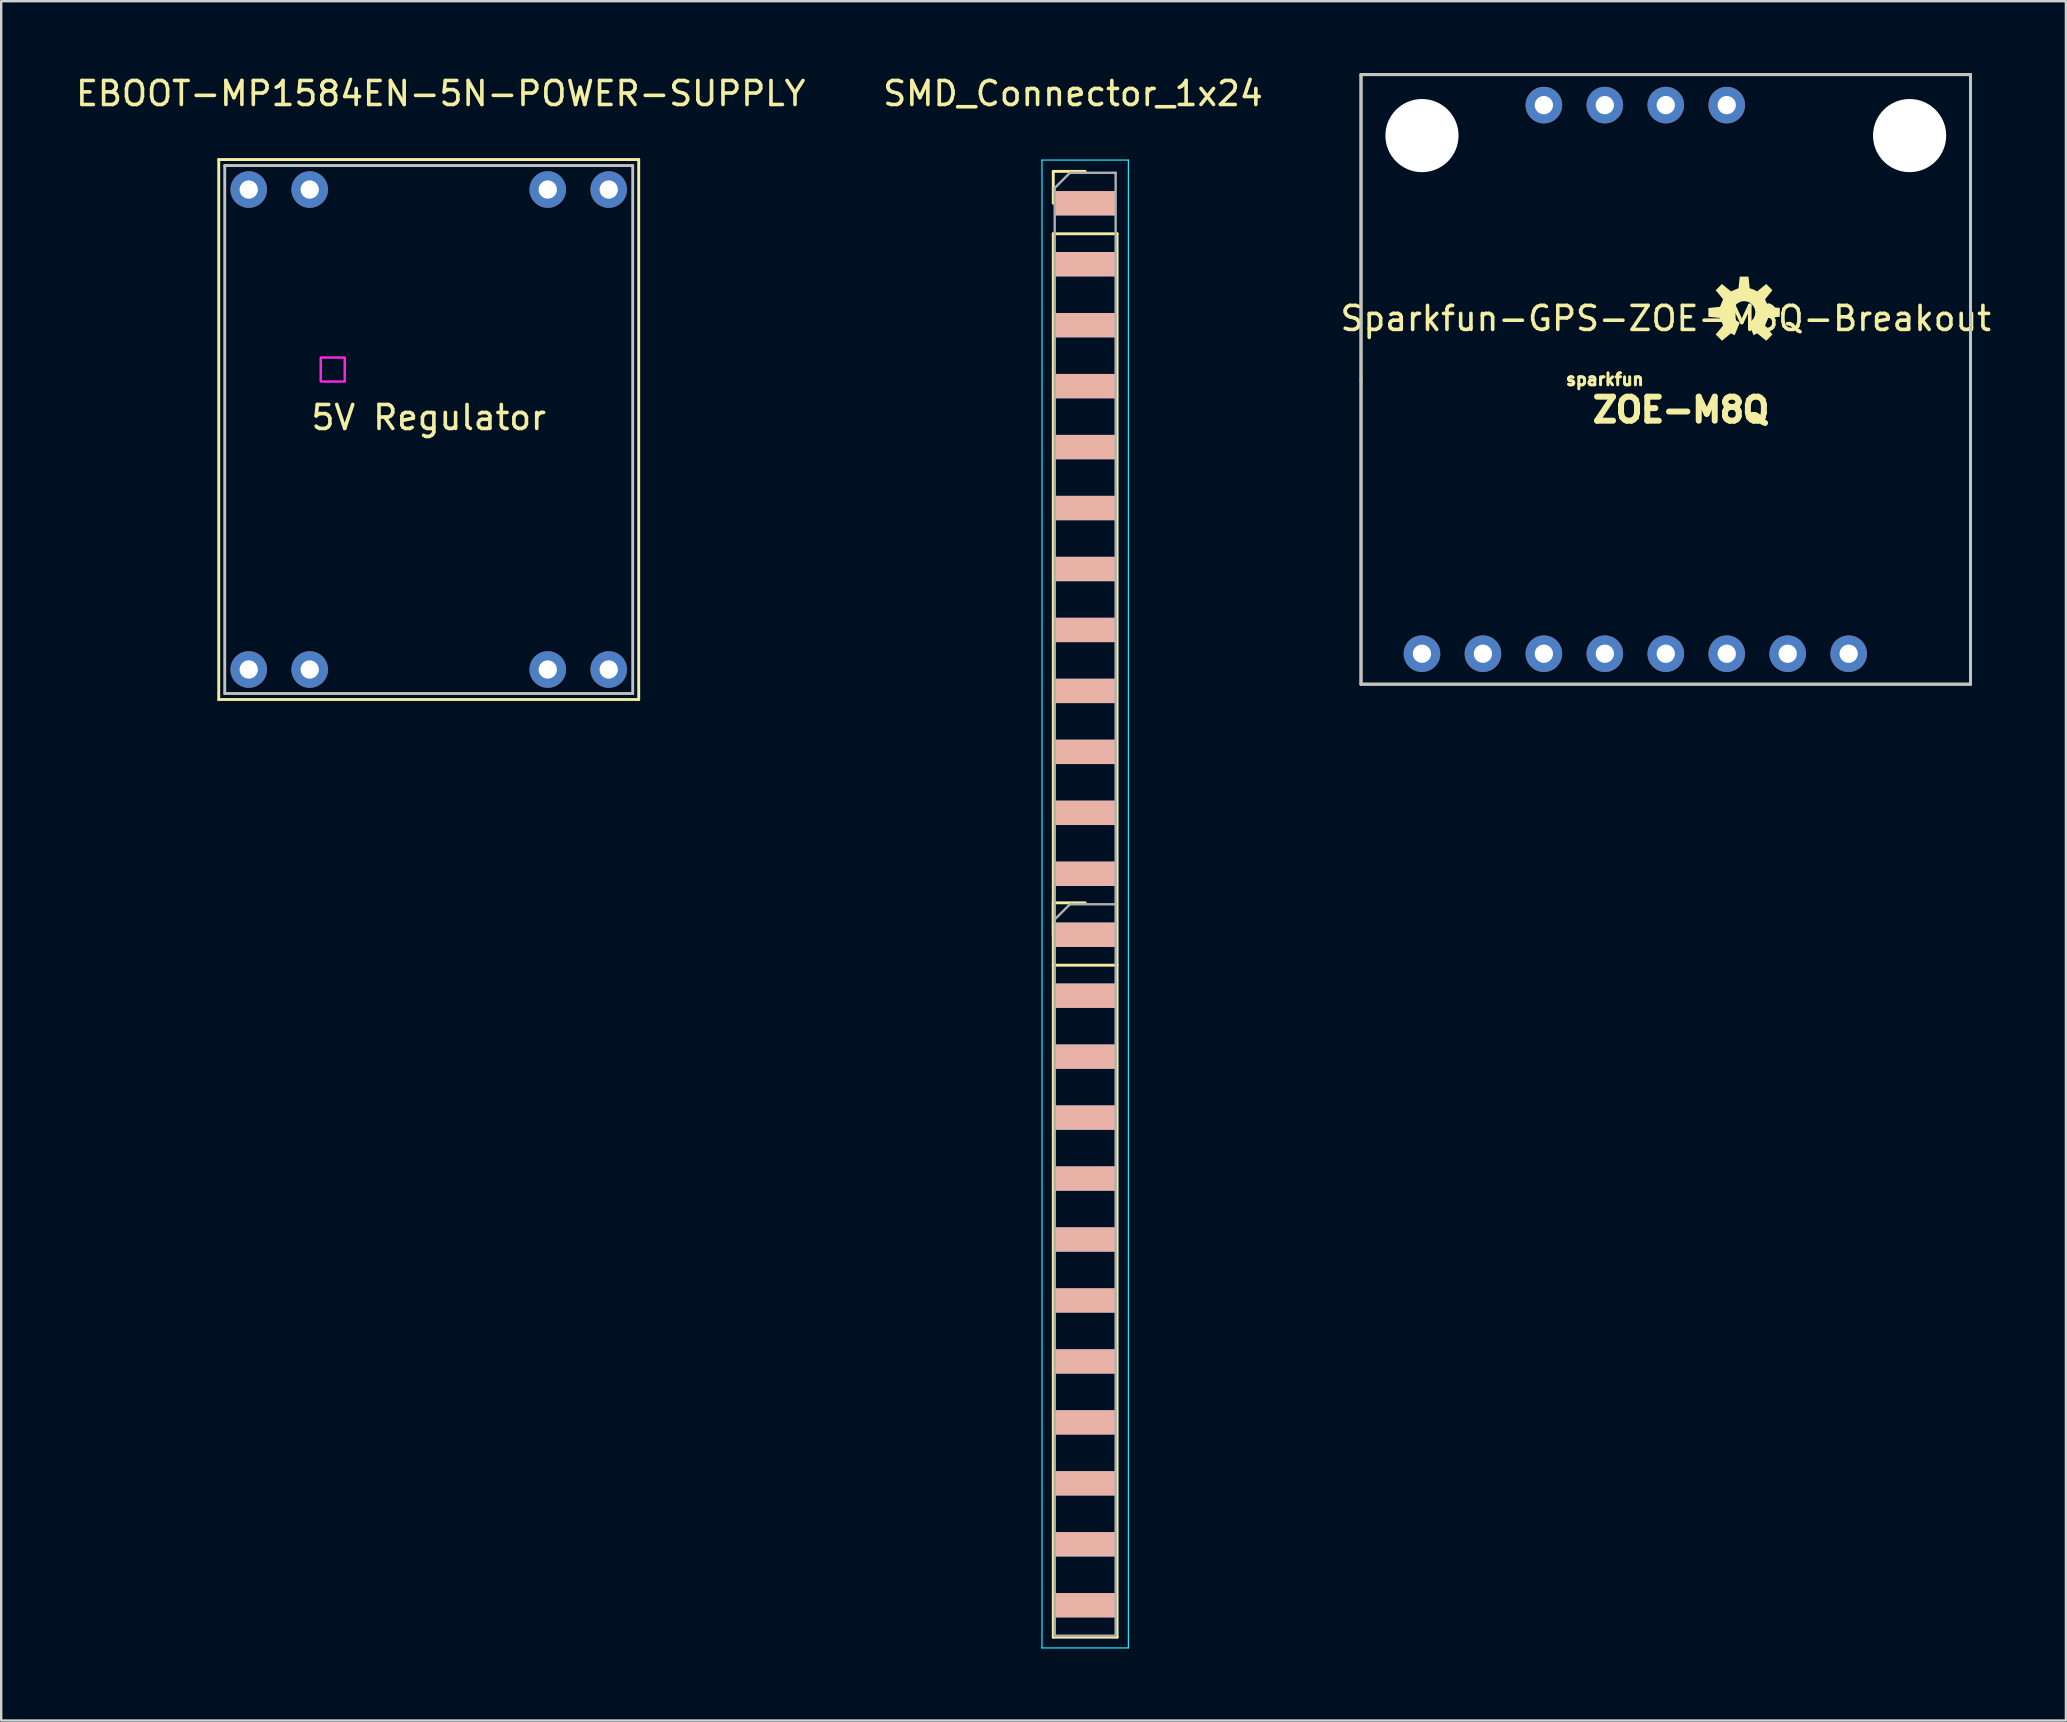
<source format=kicad_pcb>
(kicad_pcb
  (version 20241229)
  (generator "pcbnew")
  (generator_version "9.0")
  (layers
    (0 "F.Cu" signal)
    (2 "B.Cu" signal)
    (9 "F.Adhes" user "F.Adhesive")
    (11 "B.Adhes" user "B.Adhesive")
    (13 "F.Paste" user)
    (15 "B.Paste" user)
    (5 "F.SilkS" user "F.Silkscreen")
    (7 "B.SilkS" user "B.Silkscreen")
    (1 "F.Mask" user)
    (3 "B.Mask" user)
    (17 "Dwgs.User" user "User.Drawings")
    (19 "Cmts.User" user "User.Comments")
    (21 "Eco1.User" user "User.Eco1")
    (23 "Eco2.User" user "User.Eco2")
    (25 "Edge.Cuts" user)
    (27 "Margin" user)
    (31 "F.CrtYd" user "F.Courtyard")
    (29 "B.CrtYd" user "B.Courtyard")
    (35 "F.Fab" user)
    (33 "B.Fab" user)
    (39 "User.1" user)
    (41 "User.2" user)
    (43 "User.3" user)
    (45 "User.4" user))
  (footprint "Sparkfun-GPS-ZOE-M8Q-Breakout"
    (layer "F.Cu")
    (at 66.363 12.76)
    (property "Reference" "Sparkfun-GPS-ZOE-M8Q-Breakout" (at 0 -2.54 0) (layer "F.SilkS") (effects (font (size 1 1) (thickness 0.15))))
    (attr through_hole)
    (fp_line (start -12.7 -12.7) (end -12.7 0) (stroke (width 0.12) (type solid)) (layer "F.SilkS"))
    (fp_line (start -12.7 0) (end -12.7 12.7) (stroke (width 0.12) (type solid)) (layer "F.SilkS"))
    (fp_line (start -12.7 12.7) (end 12.7 12.7) (stroke (width 0.12) (type solid)) (layer "F.SilkS"))
    (fp_line (start 12.7 -12.7) (end -12.7 -12.7) (stroke (width 0.12) (type solid)) (layer "F.SilkS"))
    (fp_line (start 12.7 12.7) (end 12.7 -12.7) (stroke (width 0.12) (type solid)) (layer "F.SilkS"))
    (fp_poly (pts (xy 3.658 -1.841) (xy 3.809 -1.919) (xy 4.186 -1.612) (xy 4.445 -1.871) (xy 4.137 -2.248) (xy 4.268 -2.562) (xy 4.752 -2.611) (xy 4.752 -2.977) (xy 4.268 -3.026) (xy 4.137 -3.341) (xy 4.445 -3.717) (xy 4.186 -3.976) (xy 3.809 -3.669) (xy 3.657 -3.747) (xy 3.495 -3.799) (xy 3.446 -4.283) (xy 3.08 -4.283) (xy 3.031 -3.799) (xy 2.716 -3.669) (xy 2.339 -3.976) (xy 2.081 -3.717) (xy 2.388 -3.341) (xy 2.258 -3.026) (xy 1.774 -2.977) (xy 1.774 -2.611) (xy 2.258 -2.562) (xy 2.388 -2.248) (xy 2.081 -1.871) (xy 2.339 -1.612) (xy 2.716 -1.919) (xy 2.791 -1.877) (xy 2.868 -1.841) (xy 3.083 -2.361) (xy 3.083 -2.361) (xy 2.931 -2.463) (xy 2.794 -2.794) (xy 2.816 -2.936) (xy 2.88 -3.065) (xy 2.981 -3.168) (xy 3.108 -3.236) (xy 3.25 -3.262) (xy 3.392 -3.244) (xy 3.523 -3.184) (xy 3.629 -3.086) (xy 3.701 -2.961) (xy 3.731 -2.82) (xy 3.717 -2.677) (xy 3.66 -2.545) (xy 3.565 -2.436) (xy 3.442 -2.361)) (stroke (width 0) (type solid)) (fill yes) (layer "F.SilkS"))
    (fp_line (start -12.7 -12.7) (end -12.7 12.7) (stroke (width 0.12) (type solid)) (layer "Dwgs.User"))
    (fp_line (start -12.7 12.7) (end 12.7 12.7) (stroke (width 0.12) (type solid)) (layer "Dwgs.User"))
    (fp_line (start 12.7 -12.7) (end -12.7 -12.7) (stroke (width 0.12) (type solid)) (layer "Dwgs.User"))
    (fp_line (start 12.7 12.7) (end 12.7 -12.7) (stroke (width 0.12) (type solid)) (layer "Dwgs.User"))
    (fp_text user "sparkfun" (at -2.54 0 0) (layer "F.SilkS") (effects (font (size 0.5 0.5) (thickness 0.125))))
    (fp_text user "ZOE-M8Q" (at 0.635 1.27 0) (layer "F.SilkS") (effects (font (size 1 1) (thickness 0.25))))
    (pad "" np_thru_hole circle (at -10.16 -10.16) (size 3.048 3.048) (drill 3.048) (layers "*.Cu" "*.Mask"))
    (pad "" np_thru_hole circle (at 10.16 -10.16) (size 3.048 3.048) (drill 3.048) (layers "*.Cu" "*.Mask"))
    (pad "1" thru_hole circle (at -10.16 11.43) (size 1.524 1.524) (drill 0.762) (layers "*.Cu" "*.Mask"))
    (pad "2" thru_hole circle (at -7.62 11.43) (size 1.524 1.524) (drill 0.762) (layers "*.Cu" "*.Mask"))
    (pad "3" thru_hole circle (at -5.08 11.43) (size 1.524 1.524) (drill 0.762) (layers "*.Cu" "*.Mask"))
    (pad "4" thru_hole circle (at -2.54 11.43) (size 1.524 1.524) (drill 0.762) (layers "*.Cu" "*.Mask"))
    (pad "5" thru_hole circle (at 0 11.43) (size 1.524 1.524) (drill 0.762) (layers "*.Cu" "*.Mask"))
    (pad "6" thru_hole circle (at 2.54 11.43) (size 1.524 1.524) (drill 0.762) (layers "*.Cu" "*.Mask"))
    (pad "7" thru_hole circle (at 5.08 11.43) (size 1.524 1.524) (drill 0.762) (layers "*.Cu" "*.Mask"))
    (pad "8" thru_hole circle (at 7.62 11.43) (size 1.524 1.524) (drill 0.762) (layers "*.Cu" "*.Mask"))
    (pad "9" thru_hole circle (at -5.08 -11.43) (size 1.524 1.524) (drill 0.762) (layers "*.Cu" "*.Mask"))
    (pad "10" thru_hole circle (at -2.54 -11.43) (size 1.524 1.524) (drill 0.762) (layers "*.Cu" "*.Mask"))
    (pad "11" thru_hole circle (at 0 -11.43) (size 1.524 1.524) (drill 0.762) (layers "*.Cu" "*.Mask"))
    (pad "12" thru_hole circle (at 2.54 -11.43) (size 1.524 1.524) (drill 0.762) (layers "*.Cu" "*.Mask")))
  (footprint "SMD_Connector_1x24"
    (layer "F.Cu")
    (at 42.169 5.42)
    (property "Reference" "SMD_Connector_1x24" (at -0.508 -4.572 0) (layer "F.SilkS") (effects (font (size 1 1) (thickness 0.15))))
    (attr through_hole)
    (fp_line (start -1.33 -1.33) (end 0 -1.33) (stroke (width 0.12) (type solid)) (layer "F.SilkS"))
    (fp_line (start -1.33 0) (end -1.33 -1.33) (stroke (width 0.12) (type solid)) (layer "F.SilkS"))
    (fp_line (start -1.33 1.27) (end -1.33 59.75) (stroke (width 0.12) (type solid)) (layer "F.SilkS"))
    (fp_line (start -1.33 1.27) (end 1.33 1.27) (stroke (width 0.12) (type solid)) (layer "F.SilkS"))
    (fp_line (start -1.33 29.15) (end 0 29.15) (stroke (width 0.12) (type solid)) (layer "F.SilkS"))
    (fp_line (start -1.33 30.48) (end -1.33 29.15) (stroke (width 0.12) (type solid)) (layer "F.SilkS"))
    (fp_line (start -1.33 31.75) (end 1.33 31.75) (stroke (width 0.12) (type solid)) (layer "F.SilkS"))
    (fp_line (start -1.33 59.75) (end 1.33 59.75) (stroke (width 0.12) (type solid)) (layer "F.SilkS"))
    (fp_line (start 1.33 1.27) (end 1.33 59.75) (stroke (width 0.12) (type solid)) (layer "F.SilkS"))
    (fp_line (start -1.8 -1.8) (end -1.8 60.2) (stroke (width 0.05) (type solid)) (layer "B.CrtYd"))
    (fp_line (start -1.8 60.2) (end 1.8 60.2) (stroke (width 0.05) (type solid)) (layer "B.CrtYd"))
    (fp_line (start 1.8 -1.8) (end -1.8 -1.8) (stroke (width 0.05) (type solid)) (layer "B.CrtYd"))
    (fp_line (start 1.8 60.2) (end 1.8 -1.8) (stroke (width 0.05) (type solid)) (layer "B.CrtYd"))
    (fp_line (start -1.27 -0.635) (end -0.635 -1.27) (stroke (width 0.1) (type solid)) (layer "F.Fab"))
    (fp_line (start -1.27 29.845) (end -0.635 29.21) (stroke (width 0.1) (type solid)) (layer "F.Fab"))
    (fp_line (start -1.27 59.69) (end -1.27 -0.635) (stroke (width 0.1) (type solid)) (layer "F.Fab"))
    (fp_line (start -0.635 -1.27) (end 1.27 -1.27) (stroke (width 0.1) (type solid)) (layer "F.Fab"))
    (fp_line (start -0.635 29.21) (end 1.27 29.21) (stroke (width 0.1) (type solid)) (layer "F.Fab"))
    (fp_line (start 1.27 -1.27) (end 1.27 59.69) (stroke (width 0.1) (type solid)) (layer "F.Fab"))
    (fp_line (start 1.27 59.69) (end -1.27 59.69) (stroke (width 0.1) (type solid)) (layer "F.Fab"))
    (pad "1" smd rect (at 0 0) (size 2.54 1.016) (layers "B.Cu" "B.Mask" "B.SilkS"))
    (pad "2" smd rect (at 0 2.54) (size 2.54 1.016) (layers "B.Cu" "B.Mask" "B.SilkS"))
    (pad "3" smd rect (at 0 5.08) (size 2.54 1.016) (layers "B.Cu" "B.Mask" "B.SilkS"))
    (pad "4" smd rect (at 0 7.62) (size 2.54 1.016) (layers "B.Cu" "B.Mask" "B.SilkS"))
    (pad "5" connect rect (at 0 10.16) (size 2.54 1.016) (layers "B.Cu" "B.Mask" "B.SilkS"))
    (pad "6" smd rect (at 0 12.7) (size 2.54 1.016) (layers "B.Cu" "B.Mask" "B.SilkS"))
    (pad "7" smd rect (at 0 15.24) (size 2.54 1.016) (layers "B.Cu" "B.Mask" "B.SilkS"))
    (pad "8" smd rect (at 0 17.78) (size 2.54 1.016) (layers "B.Cu" "B.Mask" "B.SilkS"))
    (pad "9" smd rect (at 0 20.32) (size 2.54 1.016) (layers "B.Cu" "B.Mask" "B.SilkS"))
    (pad "10" smd rect (at 0 22.86) (size 2.54 1.016) (layers "B.Cu" "B.Mask" "B.SilkS"))
    (pad "11" smd rect (at 0 25.4) (size 2.54 1.016) (layers "B.Cu" "B.Mask" "B.SilkS"))
    (pad "12" smd rect (at 0 27.94) (size 2.54 1.016) (layers "B.Cu" "B.Mask" "B.SilkS"))
    (pad "13" smd rect (at 0 30.48) (size 2.54 1.016) (layers "B.Cu" "B.Mask" "B.SilkS"))
    (pad "14" smd rect (at 0 33.02) (size 2.54 1.016) (layers "B.Cu" "B.Mask" "B.SilkS"))
    (pad "15" smd rect (at 0 35.56) (size 2.54 1.016) (layers "B.Cu" "B.Mask" "B.SilkS"))
    (pad "16" smd rect (at 0 38.1) (size 2.54 1.016) (layers "B.Cu" "B.Mask" "B.SilkS"))
    (pad "17" connect rect (at 0 40.64) (size 2.54 1.016) (layers "B.Cu" "B.Mask" "B.SilkS"))
    (pad "18" smd rect (at 0 43.18) (size 2.54 1.016) (layers "B.Cu" "B.Mask" "B.SilkS"))
    (pad "19" smd rect (at 0 45.72) (size 2.54 1.016) (layers "B.Cu" "B.Mask" "B.SilkS"))
    (pad "20" smd rect (at 0 48.26) (size 2.54 1.016) (layers "B.Cu" "B.Mask" "B.SilkS"))
    (pad "21" smd rect (at 0 50.8) (size 2.54 1.016) (layers "B.Cu" "B.Mask" "B.SilkS"))
    (pad "22" smd rect (at 0 53.34) (size 2.54 1.016) (layers "B.Cu" "B.Mask" "B.SilkS"))
    (pad "23" smd rect (at 0 55.88) (size 2.54 1.016) (layers "B.Cu" "B.Mask" "B.SilkS"))
    (pad "24" smd rect (at 0 58.42) (size 2.54 1.016) (layers "B.Cu" "B.Mask" "B.SilkS")))
  (footprint "EBOOT-MP1584EN-5N-POWER-SUPPLY"
    (layer "F.Cu")
    (at 6.315 25.848)
    (property "Reference" "EBOOT-MP1584EN-5N-POWER-SUPPLY" (at 9 -25 0) (layer "F.SilkS") (effects (font (size 1 1) (thickness 0.15))))
    (attr through_hole)
    (fp_line (start -0.25 -22.25) (end 17.25 -22.25) (stroke (width 0.12) (type solid)) (layer "F.SilkS"))
    (fp_line (start -0.25 0.25) (end -0.25 -22.25) (stroke (width 0.12) (type solid)) (layer "F.SilkS"))
    (fp_line (start 17.25 -22.25) (end 17.25 0.25) (stroke (width 0.12) (type solid)) (layer "F.SilkS"))
    (fp_line (start 17.25 0.25) (end -0.25 0.25) (stroke (width 0.12) (type solid)) (layer "F.SilkS"))
    (fp_line (start 0 -22) (end 17 -22) (stroke (width 0.12) (type solid)) (layer "Dwgs.User"))
    (fp_line (start 0 0) (end 0 -22) (stroke (width 0.12) (type solid)) (layer "Dwgs.User"))
    (fp_line (start 17 -22) (end 17 0) (stroke (width 0.12) (type solid)) (layer "Dwgs.User"))
    (fp_line (start 17 0) (end 0 0) (stroke (width 0.12) (type solid)) (layer "Dwgs.User"))
    (fp_poly (pts (xy 5 -13) (xy 4 -13) (xy 4 -14) (xy 5 -14)) (stroke (width 0.1) (type solid)) (fill no) (layer "F.CrtYd"))
    (fp_text user "5V Regulator" (at 8.5 -11.5 0) (layer "F.SilkS") (effects (font (size 1 1) (thickness 0.15))))
    (pad "1" thru_hole circle (at 1 -1) (size 1.524 1.524) (drill 0.762) (layers "*.Cu" "*.Mask"))
    (pad "1" thru_hole circle (at 3.54 -1) (size 1.524 1.524) (drill 0.762) (layers "*.Cu" "*.Mask"))
    (pad "2" thru_hole circle (at 13.46 -1 180) (size 1.524 1.524) (drill 0.762) (layers "*.Cu" "*.Mask"))
    (pad "2" thru_hole circle (at 16 -1 180) (size 1.524 1.524) (drill 0.762) (layers "*.Cu" "*.Mask"))
    (pad "3" thru_hole circle (at 1 -21) (size 1.524 1.524) (drill 0.762) (layers "*.Cu" "*.Mask"))
    (pad "3" thru_hole circle (at 3.54 -21) (size 1.524 1.524) (drill 0.762) (layers "*.Cu" "*.Mask"))
    (pad "4" thru_hole circle (at 13.46 -21 180) (size 1.524 1.524) (drill 0.762) (layers "*.Cu" "*.Mask"))
    (pad "4" thru_hole circle (at 16 -21 180) (size 1.524 1.524) (drill 0.762) (layers "*.Cu" "*.Mask")))
  (gr_rect
    (start -3 -3)
    (end 83.036 68.645)
    (stroke (width 0.1) (type default))
    (fill no)
    (layer "Edge.Cuts")))
</source>
